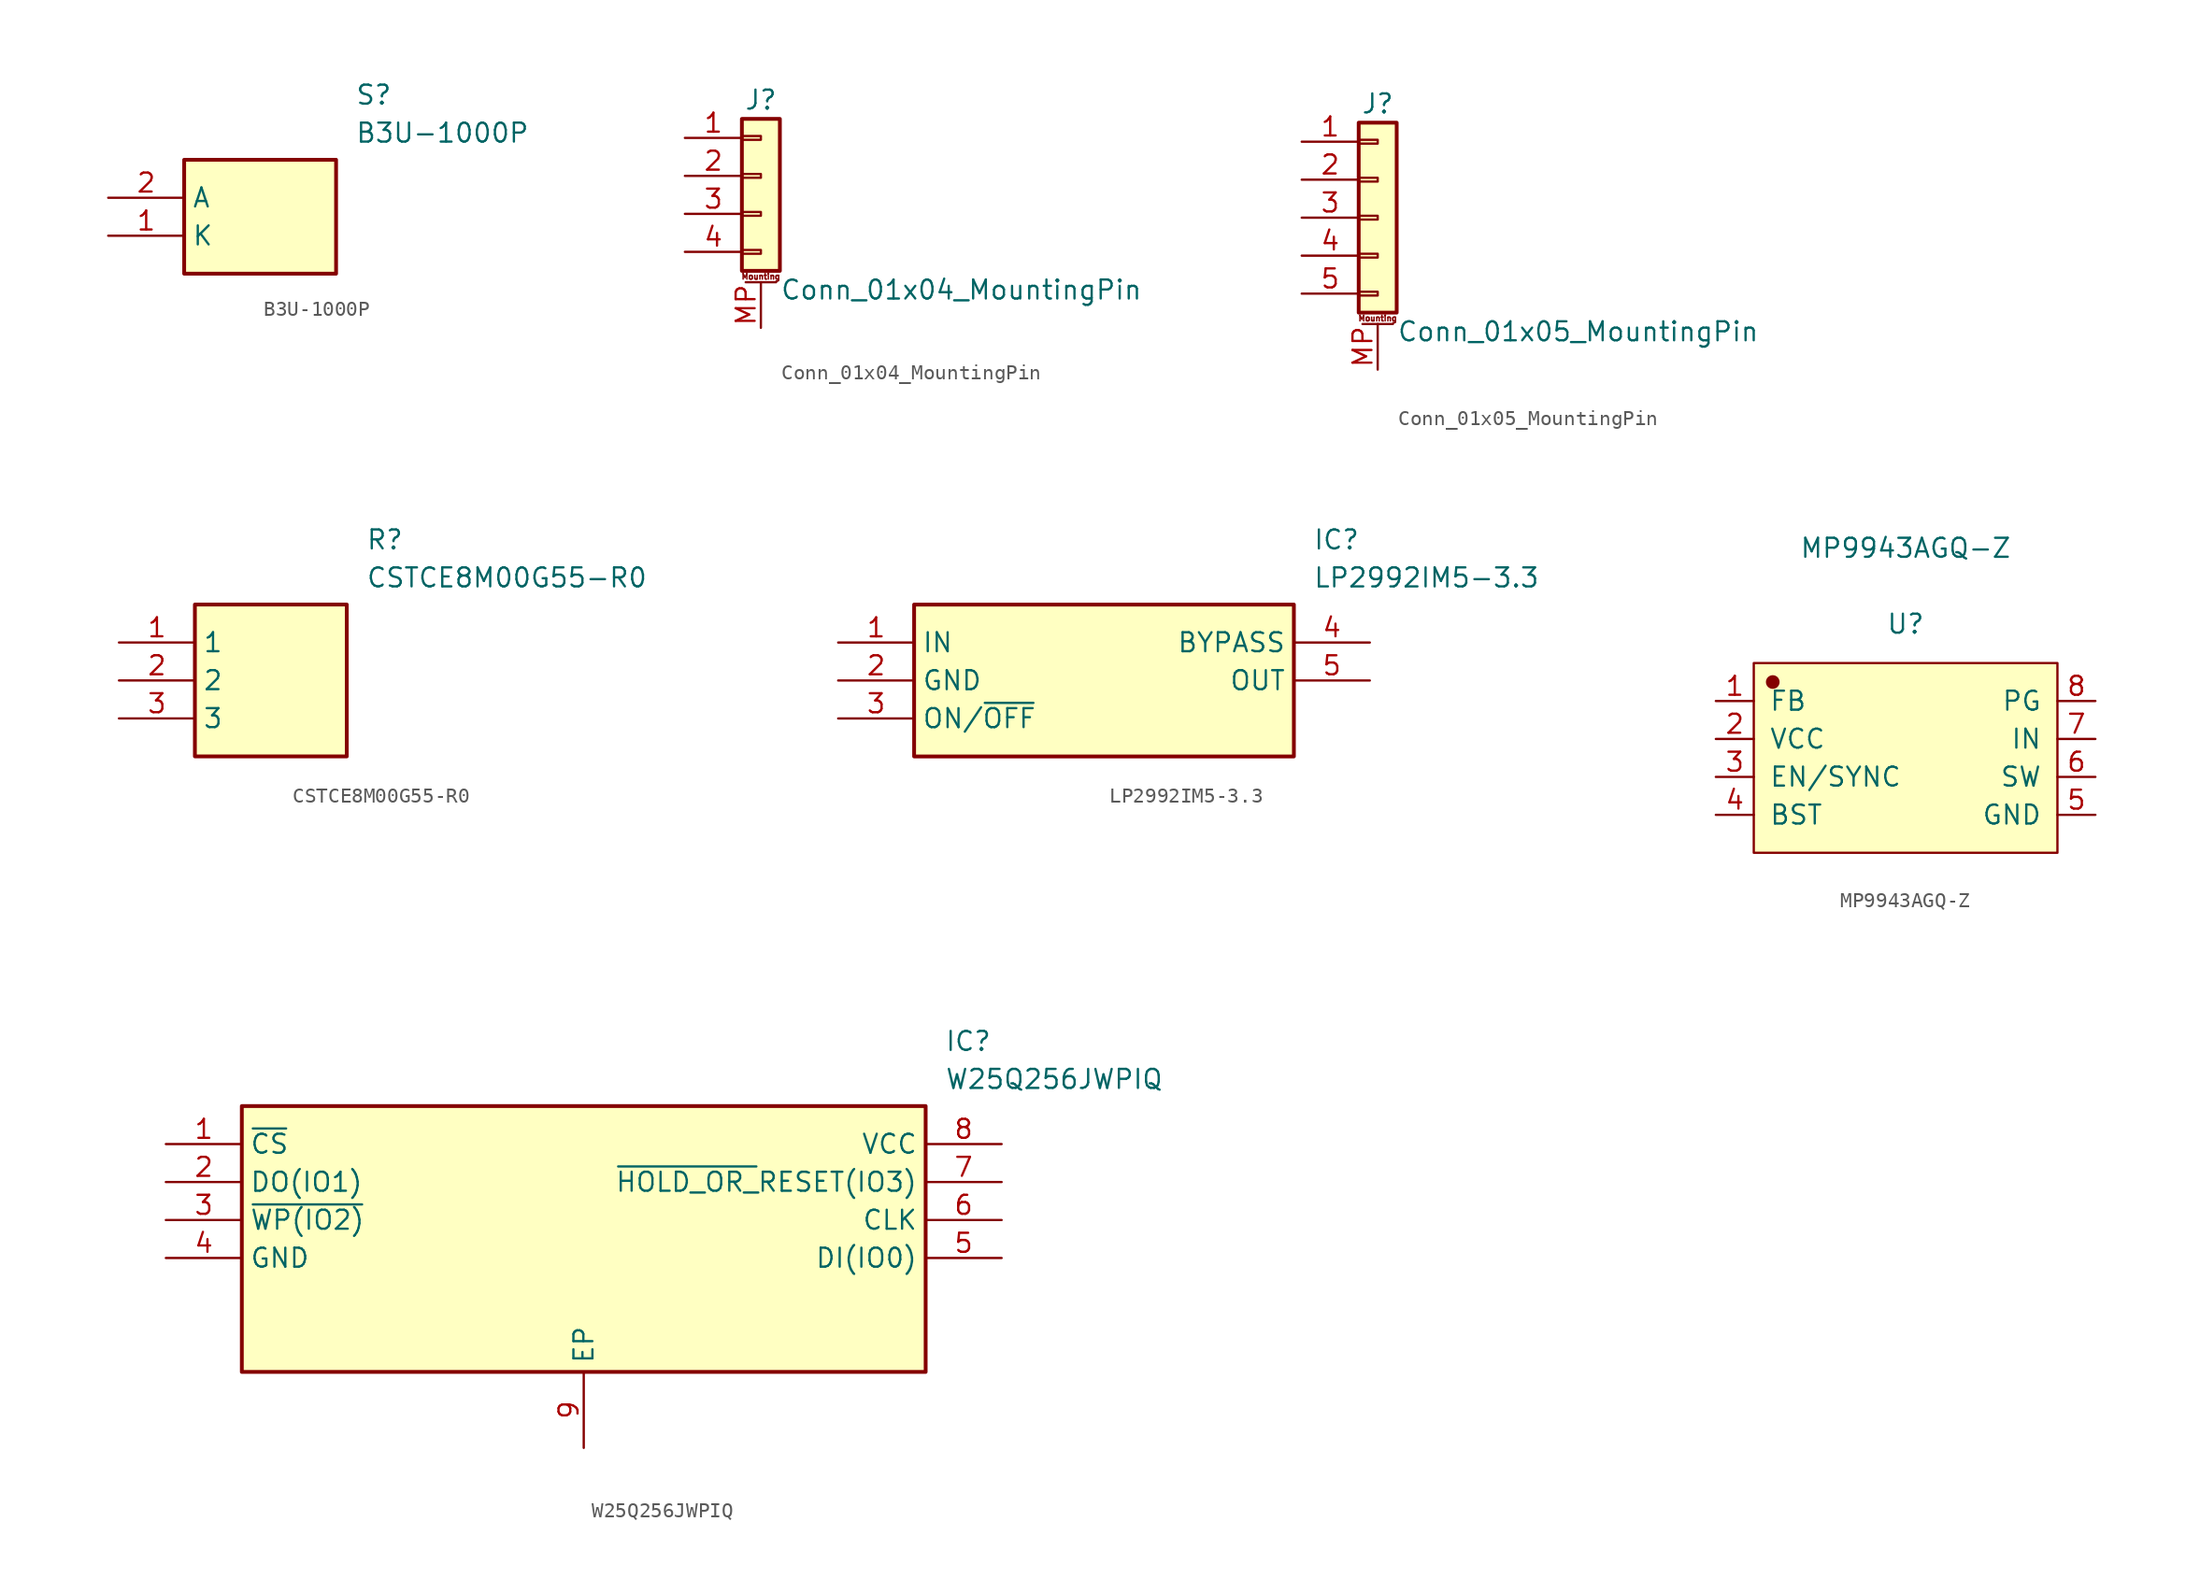
<source format=kicad_sym>
(kicad_symbol_lib
  (version 20241209)
  (generator "kicad_symbol_editor")
  (generator_version "9.0")
  (symbol "B3U-1000P"
    (property "Reference" "S"
      (at 16.51 7.62 0)
      (effects (font (size 1.27 1.27)) (justify left top)))
    (property "Value" "B3U-1000P"
      (at 16.51 5.08 0)
      (effects (font (size 1.27 1.27)) (justify left top)))
    (symbol "B3U-1000P_1_1"
      (rectangle (start 5.08 2.54) (end 15.24 -5.08) (stroke (width 0.254) (type default)) (fill (type background)))
      (pin passive line (at 0 0 0) (length 5.08) (name "A" (effects (font (size 1.27 1.27)))) (number "2" (effects (font (size 1.27 1.27)))))
      (pin passive line (at 0 -2.54 0) (length 5.08) (name "K" (effects (font (size 1.27 1.27)))) (number "1" (effects (font (size 1.27 1.27)))))))
  (symbol "Conn_01x04_MountingPin"
    (pin_names
      (offset 1.016)
      (hide yes))
    (property "Reference" "J"
      (at 0 5.08 0)
      (effects (font (size 1.27 1.27))))
    (property "Value" "Conn_01x04_MountingPin"
      (at 1.27 -7.62 0)
      (effects (font (size 1.27 1.27)) (justify left)))
    (symbol "Conn_01x04_MountingPin_1_1"
      (rectangle (start -1.27 3.81) (end 1.27 -6.35) (stroke (width 0.254) (type default)) (fill (type background)))
      (rectangle (start -1.27 2.667) (end 0 2.413) (stroke (width 0.152) (type default)) (fill (type none)))
      (rectangle (start -1.27 0.127) (end 0 -0.127) (stroke (width 0.152) (type default)) (fill (type none)))
      (rectangle (start -1.27 -2.413) (end 0 -2.667) (stroke (width 0.152) (type default)) (fill (type none)))
      (rectangle (start -1.27 -4.953) (end 0 -5.207) (stroke (width 0.152) (type default)) (fill (type none)))
      (polyline (pts (xy -1.016 -7.112) (xy 1.016 -7.112)) (stroke (width 0.152) (type default)) (fill (type none)))
      (text "Mounting" (at 0 -6.731 0) (effects (font (size 0.381 0.381))))
      (pin passive line (at -5.08 2.54 0) (length 3.81) (name "Pin_1" (effects (font (size 1.27 1.27)))) (number "1" (effects (font (size 1.27 1.27)))))
      (pin passive line (at -5.08 0 0) (length 3.81) (name "Pin_2" (effects (font (size 1.27 1.27)))) (number "2" (effects (font (size 1.27 1.27)))))
      (pin passive line (at -5.08 -2.54 0) (length 3.81) (name "Pin_3" (effects (font (size 1.27 1.27)))) (number "3" (effects (font (size 1.27 1.27)))))
      (pin passive line (at -5.08 -5.08 0) (length 3.81) (name "Pin_4" (effects (font (size 1.27 1.27)))) (number "4" (effects (font (size 1.27 1.27)))))
      (pin passive line (at 0 -10.16 90) (length 3.048) (name "MountPin" (effects (font (size 1.27 1.27)))) (number "MP" (effects (font (size 1.27 1.27)))))))
  (symbol "Conn_01x05_MountingPin"
    (pin_names
      (offset 1.016)
      (hide yes))
    (property "Reference" "J"
      (at 0 7.62 0)
      (effects (font (size 1.27 1.27))))
    (property "Value" "Conn_01x05_MountingPin"
      (at 1.27 -7.62 0)
      (effects (font (size 1.27 1.27)) (justify left)))
    (symbol "Conn_01x05_MountingPin_1_1"
      (rectangle (start -1.27 6.35) (end 1.27 -6.35) (stroke (width 0.254) (type default)) (fill (type background)))
      (rectangle (start -1.27 5.207) (end 0 4.953) (stroke (width 0.152) (type default)) (fill (type none)))
      (rectangle (start -1.27 2.667) (end 0 2.413) (stroke (width 0.152) (type default)) (fill (type none)))
      (rectangle (start -1.27 0.127) (end 0 -0.127) (stroke (width 0.152) (type default)) (fill (type none)))
      (rectangle (start -1.27 -2.413) (end 0 -2.667) (stroke (width 0.152) (type default)) (fill (type none)))
      (rectangle (start -1.27 -4.953) (end 0 -5.207) (stroke (width 0.152) (type default)) (fill (type none)))
      (polyline (pts (xy -1.016 -7.112) (xy 1.016 -7.112)) (stroke (width 0.152) (type default)) (fill (type none)))
      (text "Mounting" (at 0 -6.731 0) (effects (font (size 0.381 0.381))))
      (pin passive line (at -5.08 5.08 0) (length 3.81) (name "Pin_1" (effects (font (size 1.27 1.27)))) (number "1" (effects (font (size 1.27 1.27)))))
      (pin passive line (at -5.08 2.54 0) (length 3.81) (name "Pin_2" (effects (font (size 1.27 1.27)))) (number "2" (effects (font (size 1.27 1.27)))))
      (pin passive line (at -5.08 0 0) (length 3.81) (name "Pin_3" (effects (font (size 1.27 1.27)))) (number "3" (effects (font (size 1.27 1.27)))))
      (pin passive line (at -5.08 -2.54 0) (length 3.81) (name "Pin_4" (effects (font (size 1.27 1.27)))) (number "4" (effects (font (size 1.27 1.27)))))
      (pin passive line (at -5.08 -5.08 0) (length 3.81) (name "Pin_5" (effects (font (size 1.27 1.27)))) (number "5" (effects (font (size 1.27 1.27)))))
      (pin passive line (at 0 -10.16 90) (length 3.048) (name "MountPin" (effects (font (size 1.27 1.27)))) (number "MP" (effects (font (size 1.27 1.27)))))))
  (symbol "CSTCE8M00G55-R0"
    (property "Reference" "R"
      (at 16.51 7.62 0)
      (effects (font (size 1.27 1.27)) (justify left top)))
    (property "Value" "CSTCE8M00G55-R0"
      (at 16.51 5.08 0)
      (effects (font (size 1.27 1.27)) (justify left top)))
    (symbol "CSTCE8M00G55-R0_1_1"
      (rectangle (start 5.08 2.54) (end 15.24 -7.62) (stroke (width 0.254) (type default)) (fill (type background)))
      (pin passive line (at 0 0 0) (length 5.08) (name "1" (effects (font (size 1.27 1.27)))) (number "1" (effects (font (size 1.27 1.27)))))
      (pin passive line (at 0 -2.54 0) (length 5.08) (name "2" (effects (font (size 1.27 1.27)))) (number "2" (effects (font (size 1.27 1.27)))))
      (pin passive line (at 0 -5.08 0) (length 5.08) (name "3" (effects (font (size 1.27 1.27)))) (number "3" (effects (font (size 1.27 1.27)))))))
  (symbol "LP2992IM5-3.3"
    (property "Reference" "IC"
      (at 31.75 7.62 0)
      (effects (font (size 1.27 1.27)) (justify left top)))
    (property "Value" "LP2992IM5-3.3"
      (at 31.75 5.08 0)
      (effects (font (size 1.27 1.27)) (justify left top)))
    (symbol "LP2992IM5-3.3_1_1"
      (rectangle (start 5.08 2.54) (end 30.48 -7.62) (stroke (width 0.254) (type default)) (fill (type background)))
      (pin passive line (at 0 0 0) (length 5.08) (name "IN" (effects (font (size 1.27 1.27)))) (number "1" (effects (font (size 1.27 1.27)))))
      (pin passive line (at 0 -2.54 0) (length 5.08) (name "GND" (effects (font (size 1.27 1.27)))) (number "2" (effects (font (size 1.27 1.27)))))
      (pin passive line (at 0 -5.08 0) (length 5.08) (name "ON/~{OFF}" (effects (font (size 1.27 1.27)))) (number "3" (effects (font (size 1.27 1.27)))))
      (pin passive line (at 35.56 0 180) (length 5.08) (name "BYPASS" (effects (font (size 1.27 1.27)))) (number "4" (effects (font (size 1.27 1.27)))))
      (pin passive line (at 35.56 -2.54 180) (length 5.08) (name "OUT" (effects (font (size 1.27 1.27)))) (number "5" (effects (font (size 1.27 1.27)))))))
  (symbol "MP9943AGQ-Z"
    (pin_names
      (offset 1.016))
    (property "Reference" "U"
      (at 0 8.966 0)
      (effects (font (size 1.27 1.27))))
    (property "Value" "MP9943AGQ-Z"
      (at 0 14.046 0)
      (effects (font (size 1.27 1.27))))
    (symbol "MP9943AGQ-Z_1_1"
      (rectangle (start -10.16 6.35) (end 10.16 -6.35) (stroke (width 0.152) (type solid)) (fill (type background)))
      (circle (center -8.89 5.08) (radius 0.381) (stroke (width 0.152) (type solid)) (fill (type outline)))
      (pin input line (at -12.7 3.81 0) (length 2.54) (name "FB" (effects (font (size 1.27 1.27)))) (number "1" (effects (font (size 1.27 1.27)))))
      (pin input line (at -12.7 1.27 0) (length 2.54) (name "VCC" (effects (font (size 1.27 1.27)))) (number "2" (effects (font (size 1.27 1.27)))))
      (pin input line (at -12.7 -1.27 0) (length 2.54) (name "EN/SYNC" (effects (font (size 1.27 1.27)))) (number "3" (effects (font (size 1.27 1.27)))))
      (pin input line (at -12.7 -3.81 0) (length 2.54) (name "BST" (effects (font (size 1.27 1.27)))) (number "4" (effects (font (size 1.27 1.27)))))
      (pin input line (at 12.7 3.81 180) (length 2.54) (name "PG" (effects (font (size 1.27 1.27)))) (number "8" (effects (font (size 1.27 1.27)))))
      (pin input line (at 12.7 1.27 180) (length 2.54) (name "IN" (effects (font (size 1.27 1.27)))) (number "7" (effects (font (size 1.27 1.27)))))
      (pin input line (at 12.7 -1.27 180) (length 2.54) (name "SW" (effects (font (size 1.27 1.27)))) (number "6" (effects (font (size 1.27 1.27)))))
      (pin input line (at 12.7 -3.81 180) (length 2.54) (name "GND" (effects (font (size 1.27 1.27)))) (number "5" (effects (font (size 1.27 1.27)))))))
  (symbol "W25Q256JWPIQ"
    (property "Reference" "IC"
      (at 52.07 7.62 0)
      (effects (font (size 1.27 1.27)) (justify left top)))
    (property "Value" "W25Q256JWPIQ"
      (at 52.07 5.08 0)
      (effects (font (size 1.27 1.27)) (justify left top)))
    (symbol "W25Q256JWPIQ_1_1"
      (rectangle (start 5.08 2.54) (end 50.8 -15.24) (stroke (width 0.254) (type default)) (fill (type background)))
      (pin passive line (at 0 0 0) (length 5.08) (name "~{CS}" (effects (font (size 1.27 1.27)))) (number "1" (effects (font (size 1.27 1.27)))))
      (pin passive line (at 0 -2.54 0) (length 5.08) (name "DO(IO1)" (effects (font (size 1.27 1.27)))) (number "2" (effects (font (size 1.27 1.27)))))
      (pin passive line (at 0 -5.08 0) (length 5.08) (name "~{WP(IO2)}" (effects (font (size 1.27 1.27)))) (number "3" (effects (font (size 1.27 1.27)))))
      (pin passive line (at 0 -7.62 0) (length 5.08) (name "GND" (effects (font (size 1.27 1.27)))) (number "4" (effects (font (size 1.27 1.27)))))
      (pin passive line (at 27.94 -20.32 90) (length 5.08) (name "EP" (effects (font (size 1.27 1.27)))) (number "9" (effects (font (size 1.27 1.27)))))
      (pin passive line (at 55.88 0 180) (length 5.08) (name "VCC" (effects (font (size 1.27 1.27)))) (number "8" (effects (font (size 1.27 1.27)))))
      (pin passive line (at 55.88 -2.54 180) (length 5.08) (name "~{HOLD_OR_}RESET(IO3)" (effects (font (size 1.27 1.27)))) (number "7" (effects (font (size 1.27 1.27)))))
      (pin passive line (at 55.88 -5.08 180) (length 5.08) (name "CLK" (effects (font (size 1.27 1.27)))) (number "6" (effects (font (size 1.27 1.27)))))
      (pin passive line (at 55.88 -7.62 180) (length 5.08) (name "DI(IO0)" (effects (font (size 1.27 1.27)))) (number "5" (effects (font (size 1.27 1.27))))))))
</source>
